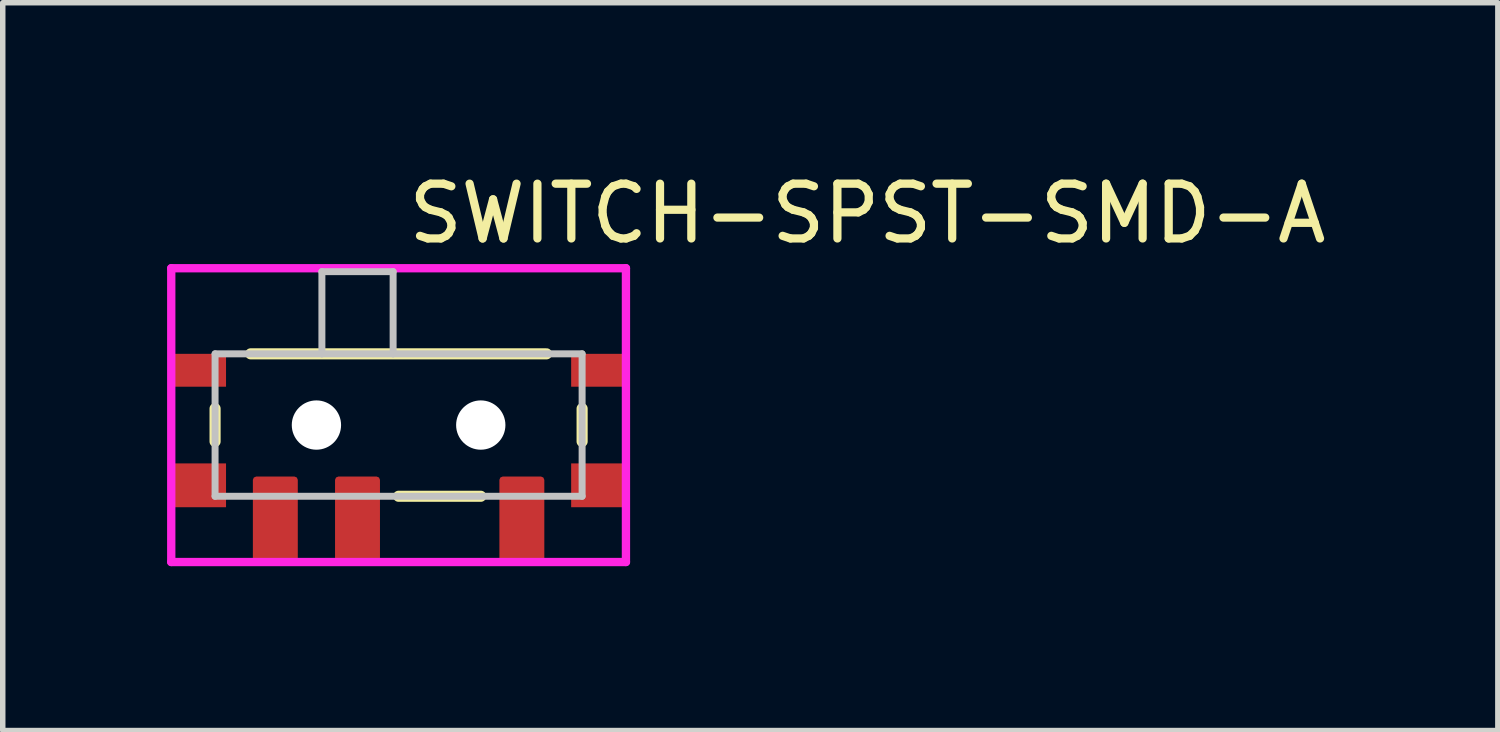
<source format=kicad_pcb>
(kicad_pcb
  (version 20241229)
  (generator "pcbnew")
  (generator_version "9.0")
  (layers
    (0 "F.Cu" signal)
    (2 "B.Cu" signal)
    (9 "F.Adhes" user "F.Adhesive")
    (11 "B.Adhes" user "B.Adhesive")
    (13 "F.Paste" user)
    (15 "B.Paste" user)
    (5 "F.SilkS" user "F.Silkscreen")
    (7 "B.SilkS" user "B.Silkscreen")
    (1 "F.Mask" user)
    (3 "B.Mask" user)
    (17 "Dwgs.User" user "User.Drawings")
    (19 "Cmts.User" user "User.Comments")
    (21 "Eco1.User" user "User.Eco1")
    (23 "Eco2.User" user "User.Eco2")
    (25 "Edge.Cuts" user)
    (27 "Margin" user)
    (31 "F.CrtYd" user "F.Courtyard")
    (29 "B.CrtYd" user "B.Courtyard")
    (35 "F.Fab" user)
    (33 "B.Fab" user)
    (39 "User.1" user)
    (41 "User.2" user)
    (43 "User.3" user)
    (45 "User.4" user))
  (footprint "SWITCH-SPST-SMD-A"
    (layer "F.Cu")
    (at 4.226 4.709)
    (property "Reference" "SWITCH-SPST-SMD-A" (at 0.102 -3.861 0) (layer "F.SilkS") (effects (font (size 1 1) (thickness 0.15)) (justify left)))
    (attr through_hole)
    (fp_line (start -3.35 -0.3) (end -3.35 0.3) (stroke (width 0.203) (type solid)) (layer "F.SilkS"))
    (fp_line (start 1.5 1.3) (end 0 1.3) (stroke (width 0.203) (type solid)) (layer "F.SilkS"))
    (fp_line (start 2.7 -1.3) (end -2.7 -1.3) (stroke (width 0.203) (type solid)) (layer "F.SilkS"))
    (fp_line (start 3.35 -0.3) (end 3.35 0.3) (stroke (width 0.203) (type solid)) (layer "F.SilkS"))
    (fp_line (start -3.35 -1.3) (end -3.35 1.3) (stroke (width 0.127) (type solid)) (layer "Dwgs.User"))
    (fp_line (start -3.35 1.3) (end 3.35 1.3) (stroke (width 0.127) (type solid)) (layer "Dwgs.User"))
    (fp_line (start -1.4 -2.8) (end -1.4 -1.3) (stroke (width 0.127) (type solid)) (layer "Dwgs.User"))
    (fp_line (start -1.4 -1.3) (end -3.35 -1.3) (stroke (width 0.127) (type solid)) (layer "Dwgs.User"))
    (fp_line (start -0.1 -2.8) (end -1.4 -2.8) (stroke (width 0.127) (type solid)) (layer "Dwgs.User"))
    (fp_line (start -0.1 -1.3) (end -1.4 -1.3) (stroke (width 0.127) (type solid)) (layer "Dwgs.User"))
    (fp_line (start -0.1 -1.3) (end -0.1 -2.8) (stroke (width 0.127) (type solid)) (layer "Dwgs.User"))
    (fp_line (start 3.35 -1.3) (end -0.1 -1.3) (stroke (width 0.127) (type solid)) (layer "Dwgs.User"))
    (fp_line (start 3.35 1.3) (end 3.35 -1.3) (stroke (width 0.127) (type solid)) (layer "Dwgs.User"))
    (fp_line (start -4.15 -2.863) (end 4.15 -2.863) (stroke (width 0.152) (type solid)) (layer "F.CrtYd"))
    (fp_line (start -4.15 2.5) (end -4.15 -2.863) (stroke (width 0.152) (type solid)) (layer "F.CrtYd"))
    (fp_line (start 4.15 -2.863) (end 4.15 2.5) (stroke (width 0.152) (type solid)) (layer "F.CrtYd"))
    (fp_line (start 4.15 2.5) (end -4.15 2.5) (stroke (width 0.152) (type solid)) (layer "F.CrtYd"))
    (pad "" np_thru_hole circle (at -1.5 0) (size 0.9 0.9) (drill 0.9) (layers "*.Cu" "*.Mask"))
    (pad "" np_thru_hole circle (at 1.5 0) (size 0.9 0.9) (drill 0.9) (layers "*.Cu" "*.Mask"))
    (pad "1" smd custom (at -2.25 1.75 180) (size 0.102 0.102) (layers "F.Cu" "F.Mask" "F.Paste") (options (anchor circle)) (primitives (gr_poly (pts (xy -0.35 -0.75) (xy 0.35 -0.75) (xy 0.35 0.75) (xy -0.35 0.75)) (width 0.12) (fill yes))))
    (pad "2" smd custom (at -0.75 1.75 180) (size 0.102 0.102) (layers "F.Cu" "F.Mask" "F.Paste") (options (anchor circle)) (primitives (gr_poly (pts (xy -0.35 -0.75) (xy 0.35 -0.75) (xy 0.35 0.75) (xy -0.35 0.75)) (width 0.12) (fill yes))))
    (pad "3" smd custom (at 2.25 1.75 180) (size 0.102 0.102) (layers "F.Cu" "F.Mask" "F.Paste") (options (anchor circle)) (primitives (gr_poly (pts (xy -0.35 -0.75) (xy 0.35 -0.75) (xy 0.35 0.75) (xy -0.35 0.75)) (width 0.12) (fill yes))))
    (pad "4" smd rect (at -3.65 -1) (size 1 0.6) (layers "F.Cu" "F.Mask" "F.Paste"))
    (pad "4" smd rect (at -3.65 1.1) (size 1 0.8) (layers "F.Cu" "F.Mask" "F.Paste"))
    (pad "4" smd rect (at 3.65 -1) (size 1 0.6) (layers "F.Cu" "F.Mask" "F.Paste"))
    (pad "4" smd rect (at 3.65 1.1) (size 1 0.8) (layers "F.Cu" "F.Mask" "F.Paste")))
  (gr_rect
    (start -3 -3)
    (end 24.292 10.285)
    (stroke (width 0.1) (type default))
    (fill no)
    (layer "Edge.Cuts")))
</source>
